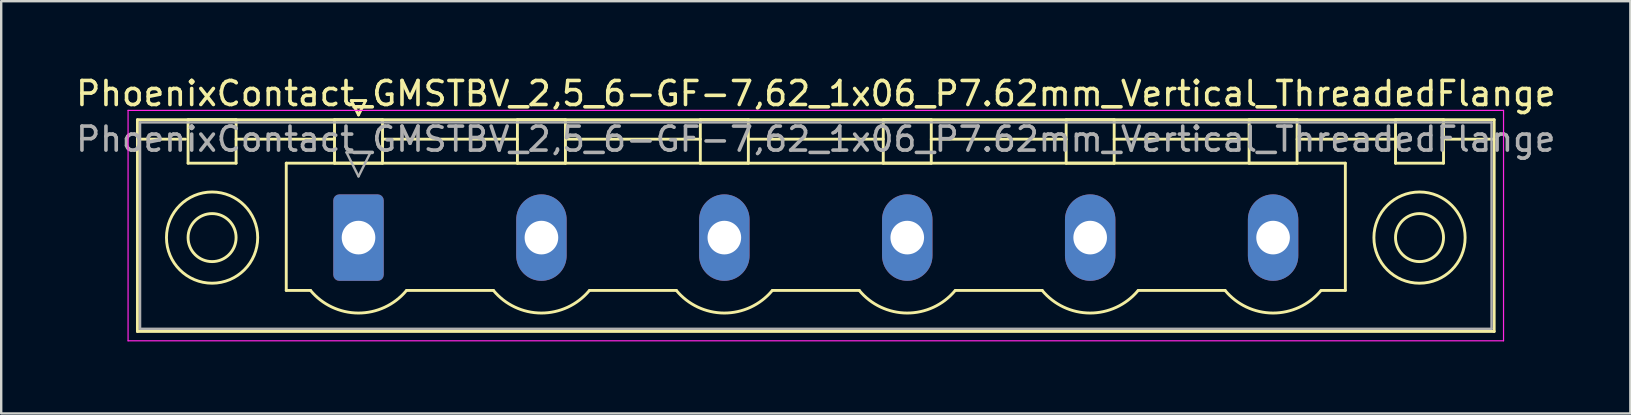
<source format=kicad_pcb>
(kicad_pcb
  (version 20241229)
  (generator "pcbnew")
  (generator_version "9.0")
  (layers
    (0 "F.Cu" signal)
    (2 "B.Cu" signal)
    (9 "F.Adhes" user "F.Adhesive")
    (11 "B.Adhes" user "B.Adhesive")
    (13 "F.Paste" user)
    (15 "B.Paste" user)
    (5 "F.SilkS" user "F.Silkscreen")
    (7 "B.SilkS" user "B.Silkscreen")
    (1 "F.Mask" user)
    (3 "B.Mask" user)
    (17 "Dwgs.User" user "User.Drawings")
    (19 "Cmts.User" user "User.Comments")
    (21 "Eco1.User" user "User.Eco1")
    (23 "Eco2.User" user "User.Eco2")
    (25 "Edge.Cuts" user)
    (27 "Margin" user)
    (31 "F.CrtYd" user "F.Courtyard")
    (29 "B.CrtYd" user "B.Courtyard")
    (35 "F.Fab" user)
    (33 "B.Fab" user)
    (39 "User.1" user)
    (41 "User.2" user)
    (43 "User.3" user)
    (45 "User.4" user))
  (footprint "PhoenixContact_GMSTBV_2,5_6-GF-7,62_1x06_P7.62mm_Vertical_ThreadedFlange"
    (layer "F.Cu")
    (at 11.885 6.848)
    (property "Reference" "PhoenixContact_GMSTBV_2,5_6-GF-7,62_1x06_P7.62mm_Vertical_ThreadedFlange" (at 19.05 -6 0) (layer "F.SilkS") (effects (font (size 1 1) (thickness 0.15))))
    (attr through_hole)
    (fp_line (start -9.21 -4.91) (end -9.21 3.91) (stroke (width 0.12) (type solid)) (layer "F.SilkS"))
    (fp_line (start -9.21 -4.1) (end -7.21 -4.1) (stroke (width 0.12) (type solid)) (layer "F.SilkS"))
    (fp_line (start -9.21 3.91) (end 47.31 3.91) (stroke (width 0.12) (type solid)) (layer "F.SilkS"))
    (fp_line (start -7.1 -4.91) (end -5.1 -4.91) (stroke (width 0.12) (type solid)) (layer "F.SilkS"))
    (fp_line (start -7.1 -3.1) (end -7.1 -4.91) (stroke (width 0.12) (type solid)) (layer "F.SilkS"))
    (fp_line (start -5.1 -4.91) (end -5.1 -3.1) (stroke (width 0.12) (type solid)) (layer "F.SilkS"))
    (fp_line (start -5.1 -4.1) (end -1 -4.1) (stroke (width 0.12) (type solid)) (layer "F.SilkS"))
    (fp_line (start -5.1 -3.1) (end -7.1 -3.1) (stroke (width 0.12) (type solid)) (layer "F.SilkS"))
    (fp_line (start -3.01 -3.1) (end 41.11 -3.1) (stroke (width 0.12) (type solid)) (layer "F.SilkS"))
    (fp_line (start -3.01 2.2) (end -3.01 -3.1) (stroke (width 0.12) (type solid)) (layer "F.SilkS"))
    (fp_line (start -2 2.2) (end -3.01 2.2) (stroke (width 0.12) (type solid)) (layer "F.SilkS"))
    (fp_line (start -1 -4.91) (end 1 -4.91) (stroke (width 0.12) (type solid)) (layer "F.SilkS"))
    (fp_line (start -1 -3.1) (end -1 -4.91) (stroke (width 0.12) (type solid)) (layer "F.SilkS"))
    (fp_line (start -0.3 -5.71) (end 0.3 -5.71) (stroke (width 0.12) (type solid)) (layer "F.SilkS"))
    (fp_line (start 0 -5.11) (end -0.3 -5.71) (stroke (width 0.12) (type solid)) (layer "F.SilkS"))
    (fp_line (start 0.3 -5.71) (end 0 -5.11) (stroke (width 0.12) (type solid)) (layer "F.SilkS"))
    (fp_line (start 1 -4.91) (end 1 -3.1) (stroke (width 0.12) (type solid)) (layer "F.SilkS"))
    (fp_line (start 1 -4.1) (end 6.62 -4.1) (stroke (width 0.12) (type solid)) (layer "F.SilkS"))
    (fp_line (start 1 -3.1) (end -1 -3.1) (stroke (width 0.12) (type solid)) (layer "F.SilkS"))
    (fp_line (start 2 2.2) (end 5.62 2.2) (stroke (width 0.12) (type solid)) (layer "F.SilkS"))
    (fp_line (start 6.62 -4.91) (end 8.62 -4.91) (stroke (width 0.12) (type solid)) (layer "F.SilkS"))
    (fp_line (start 6.62 -3.1) (end 6.62 -4.91) (stroke (width 0.12) (type solid)) (layer "F.SilkS"))
    (fp_line (start 8.62 -4.91) (end 8.62 -3.1) (stroke (width 0.12) (type solid)) (layer "F.SilkS"))
    (fp_line (start 8.62 -4.1) (end 14.24 -4.1) (stroke (width 0.12) (type solid)) (layer "F.SilkS"))
    (fp_line (start 8.62 -3.1) (end 6.62 -3.1) (stroke (width 0.12) (type solid)) (layer "F.SilkS"))
    (fp_line (start 9.62 2.2) (end 13.24 2.2) (stroke (width 0.12) (type solid)) (layer "F.SilkS"))
    (fp_line (start 14.24 -4.91) (end 16.24 -4.91) (stroke (width 0.12) (type solid)) (layer "F.SilkS"))
    (fp_line (start 14.24 -3.1) (end 14.24 -4.91) (stroke (width 0.12) (type solid)) (layer "F.SilkS"))
    (fp_line (start 16.24 -4.91) (end 16.24 -3.1) (stroke (width 0.12) (type solid)) (layer "F.SilkS"))
    (fp_line (start 16.24 -4.1) (end 21.86 -4.1) (stroke (width 0.12) (type solid)) (layer "F.SilkS"))
    (fp_line (start 16.24 -3.1) (end 14.24 -3.1) (stroke (width 0.12) (type solid)) (layer "F.SilkS"))
    (fp_line (start 17.24 2.2) (end 20.86 2.2) (stroke (width 0.12) (type solid)) (layer "F.SilkS"))
    (fp_line (start 21.86 -4.91) (end 23.86 -4.91) (stroke (width 0.12) (type solid)) (layer "F.SilkS"))
    (fp_line (start 21.86 -3.1) (end 21.86 -4.91) (stroke (width 0.12) (type solid)) (layer "F.SilkS"))
    (fp_line (start 23.86 -4.91) (end 23.86 -3.1) (stroke (width 0.12) (type solid)) (layer "F.SilkS"))
    (fp_line (start 23.86 -4.1) (end 29.48 -4.1) (stroke (width 0.12) (type solid)) (layer "F.SilkS"))
    (fp_line (start 23.86 -3.1) (end 21.86 -3.1) (stroke (width 0.12) (type solid)) (layer "F.SilkS"))
    (fp_line (start 24.86 2.2) (end 28.48 2.2) (stroke (width 0.12) (type solid)) (layer "F.SilkS"))
    (fp_line (start 29.48 -4.91) (end 31.48 -4.91) (stroke (width 0.12) (type solid)) (layer "F.SilkS"))
    (fp_line (start 29.48 -3.1) (end 29.48 -4.91) (stroke (width 0.12) (type solid)) (layer "F.SilkS"))
    (fp_line (start 31.48 -4.91) (end 31.48 -3.1) (stroke (width 0.12) (type solid)) (layer "F.SilkS"))
    (fp_line (start 31.48 -4.1) (end 37.1 -4.1) (stroke (width 0.12) (type solid)) (layer "F.SilkS"))
    (fp_line (start 31.48 -3.1) (end 29.48 -3.1) (stroke (width 0.12) (type solid)) (layer "F.SilkS"))
    (fp_line (start 32.48 2.2) (end 36.1 2.2) (stroke (width 0.12) (type solid)) (layer "F.SilkS"))
    (fp_line (start 37.1 -4.91) (end 39.1 -4.91) (stroke (width 0.12) (type solid)) (layer "F.SilkS"))
    (fp_line (start 37.1 -3.1) (end 37.1 -4.91) (stroke (width 0.12) (type solid)) (layer "F.SilkS"))
    (fp_line (start 39.1 -4.91) (end 39.1 -3.1) (stroke (width 0.12) (type solid)) (layer "F.SilkS"))
    (fp_line (start 39.1 -4.1) (end 43.2 -4.1) (stroke (width 0.12) (type solid)) (layer "F.SilkS"))
    (fp_line (start 39.1 -3.1) (end 37.1 -3.1) (stroke (width 0.12) (type solid)) (layer "F.SilkS"))
    (fp_line (start 41.11 -3.1) (end 41.11 2.2) (stroke (width 0.12) (type solid)) (layer "F.SilkS"))
    (fp_line (start 41.11 2.2) (end 40.1 2.2) (stroke (width 0.12) (type solid)) (layer "F.SilkS"))
    (fp_line (start 43.2 -4.91) (end 45.2 -4.91) (stroke (width 0.12) (type solid)) (layer "F.SilkS"))
    (fp_line (start 43.2 -3.1) (end 43.2 -4.91) (stroke (width 0.12) (type solid)) (layer "F.SilkS"))
    (fp_line (start 45.2 -4.91) (end 45.2 -3.1) (stroke (width 0.12) (type solid)) (layer "F.SilkS"))
    (fp_line (start 45.2 -3.1) (end 43.2 -3.1) (stroke (width 0.12) (type solid)) (layer "F.SilkS"))
    (fp_line (start 47.31 -4.91) (end -9.21 -4.91) (stroke (width 0.12) (type solid)) (layer "F.SilkS"))
    (fp_line (start 47.31 -4.1) (end 45.31 -4.1) (stroke (width 0.12) (type solid)) (layer "F.SilkS"))
    (fp_line (start 47.31 3.91) (end 47.31 -4.91) (stroke (width 0.12) (type solid)) (layer "F.SilkS"))
    (fp_arc (start 1.986842 2.215821) (mid -0.010289 3.142758) (end -2 2.2) (stroke (width 0.12) (type solid)) (layer "F.SilkS"))
    (fp_arc (start 9.606842 2.215821) (mid 7.609711 3.142758) (end 5.62 2.2) (stroke (width 0.12) (type solid)) (layer "F.SilkS"))
    (fp_arc (start 17.226842 2.215821) (mid 15.229711 3.142758) (end 13.24 2.2) (stroke (width 0.12) (type solid)) (layer "F.SilkS"))
    (fp_arc (start 24.846842 2.215821) (mid 22.849711 3.142758) (end 20.86 2.2) (stroke (width 0.12) (type solid)) (layer "F.SilkS"))
    (fp_arc (start 32.466842 2.215821) (mid 30.469711 3.142758) (end 28.48 2.2) (stroke (width 0.12) (type solid)) (layer "F.SilkS"))
    (fp_arc (start 40.086842 2.215821) (mid 38.089711 3.142758) (end 36.1 2.2) (stroke (width 0.12) (type solid)) (layer "F.SilkS"))
    (fp_circle (center -6.1 0) (end -5.1 0) (stroke (width 0.12) (type solid)) (fill no) (layer "F.SilkS"))
    (fp_circle (center -6.1 0) (end -4.2 0) (stroke (width 0.12) (type solid)) (fill no) (layer "F.SilkS"))
    (fp_circle (center 44.2 0) (end 45.2 0) (stroke (width 0.12) (type solid)) (fill no) (layer "F.SilkS"))
    (fp_circle (center 44.2 0) (end 46.1 0) (stroke (width 0.12) (type solid)) (fill no) (layer "F.SilkS"))
    (fp_line (start -9.6 -5.3) (end -9.6 4.3) (stroke (width 0.05) (type solid)) (layer "F.CrtYd"))
    (fp_line (start -9.6 4.3) (end 47.7 4.3) (stroke (width 0.05) (type solid)) (layer "F.CrtYd"))
    (fp_line (start 47.7 -5.3) (end -9.6 -5.3) (stroke (width 0.05) (type solid)) (layer "F.CrtYd"))
    (fp_line (start 47.7 4.3) (end 47.7 -5.3) (stroke (width 0.05) (type solid)) (layer "F.CrtYd"))
    (fp_line (start -9.1 -4.8) (end -9.1 3.8) (stroke (width 0.1) (type solid)) (layer "F.Fab"))
    (fp_line (start -9.1 3.8) (end 47.2 3.8) (stroke (width 0.1) (type solid)) (layer "F.Fab"))
    (fp_line (start -0.5 -3.55) (end 0.5 -3.55) (stroke (width 0.1) (type solid)) (layer "F.Fab"))
    (fp_line (start 0 -2.55) (end -0.5 -3.55) (stroke (width 0.1) (type solid)) (layer "F.Fab"))
    (fp_line (start 0.5 -3.55) (end 0 -2.55) (stroke (width 0.1) (type solid)) (layer "F.Fab"))
    (fp_line (start 47.2 -4.8) (end -9.1 -4.8) (stroke (width 0.1) (type solid)) (layer "F.Fab"))
    (fp_line (start 47.2 3.8) (end 47.2 -4.8) (stroke (width 0.1) (type solid)) (layer "F.Fab"))
    (fp_text user "${REFERENCE}" (at 19.05 -4.1 0) (layer "F.Fab") (effects (font (size 1 1) (thickness 0.15))))
    (pad "1" thru_hole roundrect (at 0 0) (size 2.1 3.6) (drill 1.4) (layers "*.Cu" "*.Mask") (roundrect_rratio 0.119))
    (pad "2" thru_hole oval (at 7.62 0) (size 2.1 3.6) (drill 1.4) (layers "*.Cu" "*.Mask"))
    (pad "3" thru_hole oval (at 15.24 0) (size 2.1 3.6) (drill 1.4) (layers "*.Cu" "*.Mask"))
    (pad "4" thru_hole oval (at 22.86 0) (size 2.1 3.6) (drill 1.4) (layers "*.Cu" "*.Mask"))
    (pad "5" thru_hole oval (at 30.48 0) (size 2.1 3.6) (drill 1.4) (layers "*.Cu" "*.Mask"))
    (pad "6" thru_hole oval (at 38.1 0) (size 2.1 3.6) (drill 1.4) (layers "*.Cu" "*.Mask")))
  (gr_rect
    (start -3 -3)
    (end 64.869 14.173)
    (stroke (width 0.1) (type default))
    (fill no)
    (layer "Edge.Cuts")))
</source>
